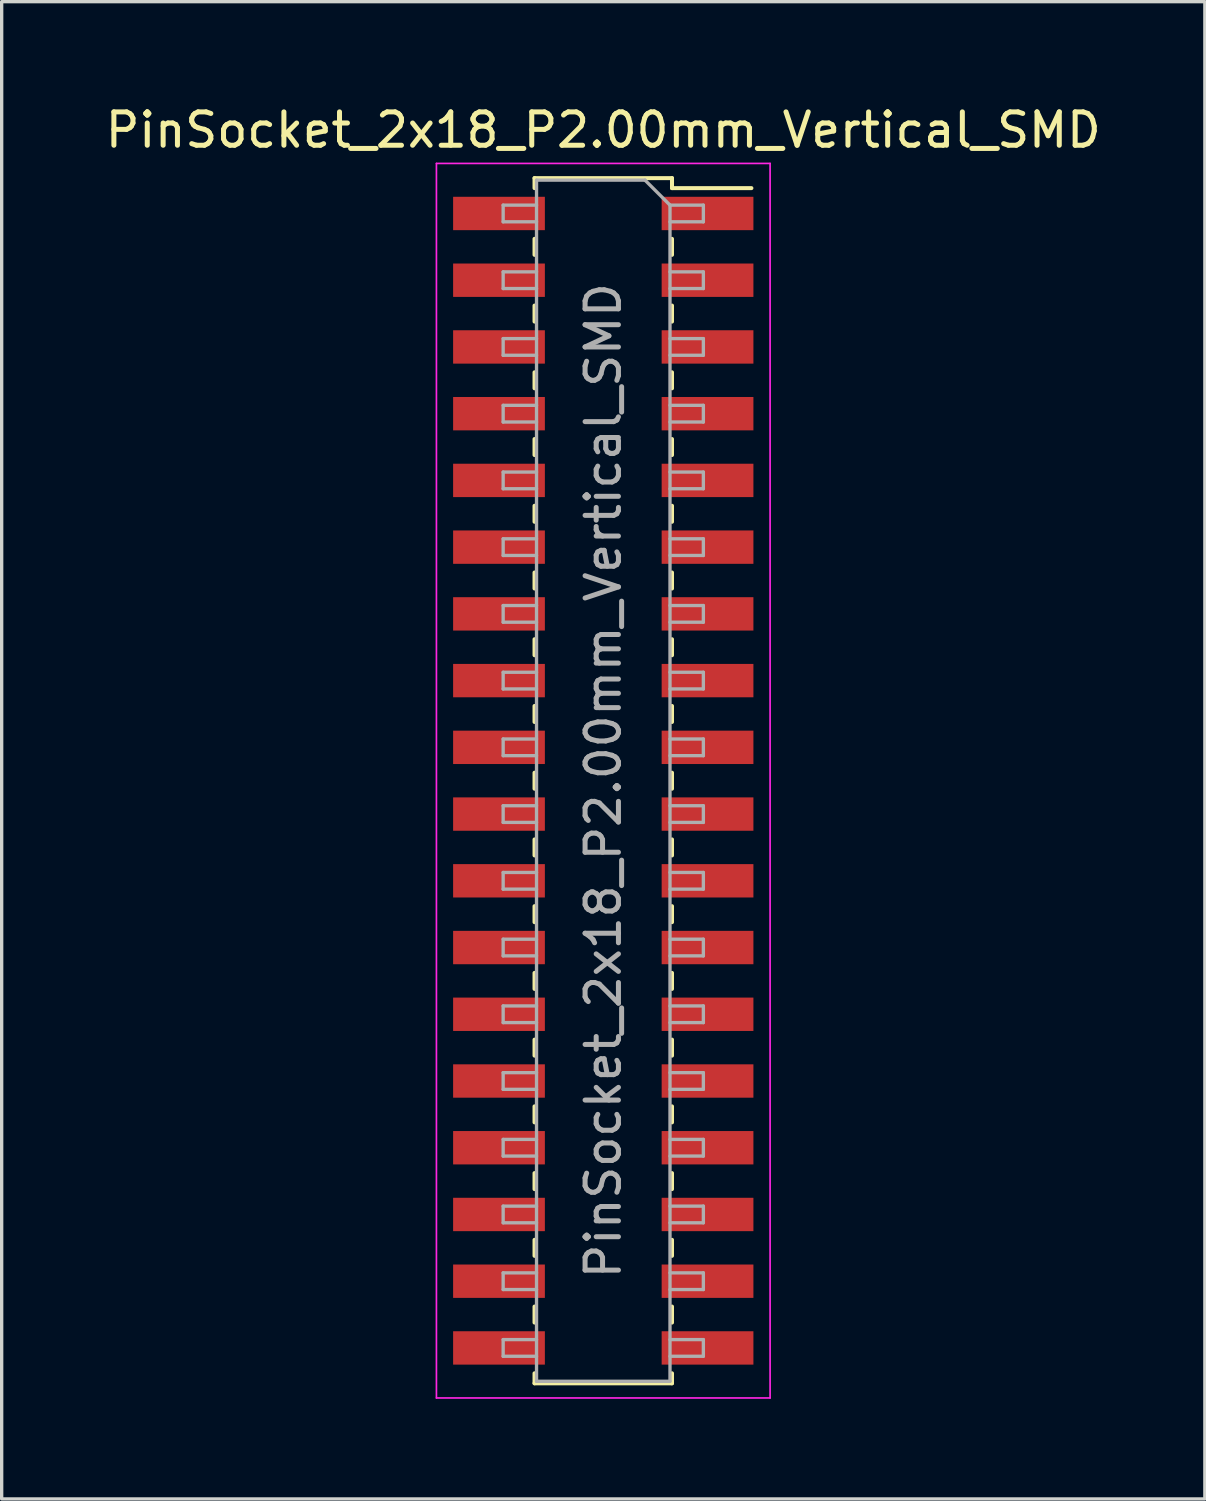
<source format=kicad_pcb>
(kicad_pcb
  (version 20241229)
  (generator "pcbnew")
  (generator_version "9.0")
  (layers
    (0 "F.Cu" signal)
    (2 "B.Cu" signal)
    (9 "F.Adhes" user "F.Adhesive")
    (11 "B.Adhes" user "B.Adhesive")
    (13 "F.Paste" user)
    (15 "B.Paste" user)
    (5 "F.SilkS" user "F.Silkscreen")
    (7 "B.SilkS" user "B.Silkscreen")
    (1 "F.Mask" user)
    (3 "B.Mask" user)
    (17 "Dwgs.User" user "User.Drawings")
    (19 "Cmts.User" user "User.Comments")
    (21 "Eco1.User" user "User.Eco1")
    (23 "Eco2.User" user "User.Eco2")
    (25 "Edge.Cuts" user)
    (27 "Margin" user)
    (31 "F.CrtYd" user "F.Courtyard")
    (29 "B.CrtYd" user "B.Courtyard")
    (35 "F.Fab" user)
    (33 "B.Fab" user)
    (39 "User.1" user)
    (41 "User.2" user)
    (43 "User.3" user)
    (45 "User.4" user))
  (footprint "PinSocket_2x18_P2.00mm_Vertical_SMD"
    (layer "F.Cu")
    (at 15.03 20.348)
    (property "Reference" "PinSocket_2x18_P2.00mm_Vertical_SMD" (at 0 -19.5 0) (layer "F.SilkS") (effects (font (size 1 1) (thickness 0.15))))
    (attr smd)
    (fp_line (start -2.06 -18.06) (end -2.06 -17.76) (stroke (width 0.12) (type solid)) (layer "F.SilkS"))
    (fp_line (start -2.06 -18.06) (end 2.06 -18.06) (stroke (width 0.12) (type solid)) (layer "F.SilkS"))
    (fp_line (start -2.06 -16.24) (end -2.06 -15.76) (stroke (width 0.12) (type solid)) (layer "F.SilkS"))
    (fp_line (start -2.06 -14.24) (end -2.06 -13.76) (stroke (width 0.12) (type solid)) (layer "F.SilkS"))
    (fp_line (start -2.06 -12.24) (end -2.06 -11.76) (stroke (width 0.12) (type solid)) (layer "F.SilkS"))
    (fp_line (start -2.06 -10.24) (end -2.06 -9.76) (stroke (width 0.12) (type solid)) (layer "F.SilkS"))
    (fp_line (start -2.06 -8.24) (end -2.06 -7.76) (stroke (width 0.12) (type solid)) (layer "F.SilkS"))
    (fp_line (start -2.06 -6.24) (end -2.06 -5.76) (stroke (width 0.12) (type solid)) (layer "F.SilkS"))
    (fp_line (start -2.06 -4.24) (end -2.06 -3.76) (stroke (width 0.12) (type solid)) (layer "F.SilkS"))
    (fp_line (start -2.06 -2.24) (end -2.06 -1.76) (stroke (width 0.12) (type solid)) (layer "F.SilkS"))
    (fp_line (start -2.06 -0.24) (end -2.06 0.24) (stroke (width 0.12) (type solid)) (layer "F.SilkS"))
    (fp_line (start -2.06 1.76) (end -2.06 2.24) (stroke (width 0.12) (type solid)) (layer "F.SilkS"))
    (fp_line (start -2.06 3.76) (end -2.06 4.24) (stroke (width 0.12) (type solid)) (layer "F.SilkS"))
    (fp_line (start -2.06 5.76) (end -2.06 6.24) (stroke (width 0.12) (type solid)) (layer "F.SilkS"))
    (fp_line (start -2.06 7.76) (end -2.06 8.24) (stroke (width 0.12) (type solid)) (layer "F.SilkS"))
    (fp_line (start -2.06 9.76) (end -2.06 10.24) (stroke (width 0.12) (type solid)) (layer "F.SilkS"))
    (fp_line (start -2.06 11.76) (end -2.06 12.24) (stroke (width 0.12) (type solid)) (layer "F.SilkS"))
    (fp_line (start -2.06 13.76) (end -2.06 14.24) (stroke (width 0.12) (type solid)) (layer "F.SilkS"))
    (fp_line (start -2.06 15.76) (end -2.06 16.24) (stroke (width 0.12) (type solid)) (layer "F.SilkS"))
    (fp_line (start -2.06 17.76) (end -2.06 18.06) (stroke (width 0.12) (type solid)) (layer "F.SilkS"))
    (fp_line (start -2.06 18.06) (end 2.06 18.06) (stroke (width 0.12) (type solid)) (layer "F.SilkS"))
    (fp_line (start 2.06 -18.06) (end 2.06 -17.76) (stroke (width 0.12) (type solid)) (layer "F.SilkS"))
    (fp_line (start 2.06 -17.76) (end 4.44 -17.76) (stroke (width 0.12) (type solid)) (layer "F.SilkS"))
    (fp_line (start 2.06 -16.24) (end 2.06 -15.76) (stroke (width 0.12) (type solid)) (layer "F.SilkS"))
    (fp_line (start 2.06 -14.24) (end 2.06 -13.76) (stroke (width 0.12) (type solid)) (layer "F.SilkS"))
    (fp_line (start 2.06 -12.24) (end 2.06 -11.76) (stroke (width 0.12) (type solid)) (layer "F.SilkS"))
    (fp_line (start 2.06 -10.24) (end 2.06 -9.76) (stroke (width 0.12) (type solid)) (layer "F.SilkS"))
    (fp_line (start 2.06 -8.24) (end 2.06 -7.76) (stroke (width 0.12) (type solid)) (layer "F.SilkS"))
    (fp_line (start 2.06 -6.24) (end 2.06 -5.76) (stroke (width 0.12) (type solid)) (layer "F.SilkS"))
    (fp_line (start 2.06 -4.24) (end 2.06 -3.76) (stroke (width 0.12) (type solid)) (layer "F.SilkS"))
    (fp_line (start 2.06 -2.24) (end 2.06 -1.76) (stroke (width 0.12) (type solid)) (layer "F.SilkS"))
    (fp_line (start 2.06 -0.24) (end 2.06 0.24) (stroke (width 0.12) (type solid)) (layer "F.SilkS"))
    (fp_line (start 2.06 1.76) (end 2.06 2.24) (stroke (width 0.12) (type solid)) (layer "F.SilkS"))
    (fp_line (start 2.06 3.76) (end 2.06 4.24) (stroke (width 0.12) (type solid)) (layer "F.SilkS"))
    (fp_line (start 2.06 5.76) (end 2.06 6.24) (stroke (width 0.12) (type solid)) (layer "F.SilkS"))
    (fp_line (start 2.06 7.76) (end 2.06 8.24) (stroke (width 0.12) (type solid)) (layer "F.SilkS"))
    (fp_line (start 2.06 9.76) (end 2.06 10.24) (stroke (width 0.12) (type solid)) (layer "F.SilkS"))
    (fp_line (start 2.06 11.76) (end 2.06 12.24) (stroke (width 0.12) (type solid)) (layer "F.SilkS"))
    (fp_line (start 2.06 13.76) (end 2.06 14.24) (stroke (width 0.12) (type solid)) (layer "F.SilkS"))
    (fp_line (start 2.06 15.76) (end 2.06 16.24) (stroke (width 0.12) (type solid)) (layer "F.SilkS"))
    (fp_line (start 2.06 17.76) (end 2.06 18.06) (stroke (width 0.12) (type solid)) (layer "F.SilkS"))
    (fp_line (start -5 -18.5) (end 5 -18.5) (stroke (width 0.05) (type solid)) (layer "F.CrtYd"))
    (fp_line (start -5 18.5) (end -5 -18.5) (stroke (width 0.05) (type solid)) (layer "F.CrtYd"))
    (fp_line (start 5 -18.5) (end 5 18.5) (stroke (width 0.05) (type solid)) (layer "F.CrtYd"))
    (fp_line (start 5 18.5) (end -5 18.5) (stroke (width 0.05) (type solid)) (layer "F.CrtYd"))
    (fp_line (start -3 -17.25) (end -2 -17.25) (stroke (width 0.1) (type solid)) (layer "F.Fab"))
    (fp_line (start -3 -16.75) (end -3 -17.25) (stroke (width 0.1) (type solid)) (layer "F.Fab"))
    (fp_line (start -3 -15.25) (end -2 -15.25) (stroke (width 0.1) (type solid)) (layer "F.Fab"))
    (fp_line (start -3 -14.75) (end -3 -15.25) (stroke (width 0.1) (type solid)) (layer "F.Fab"))
    (fp_line (start -3 -13.25) (end -2 -13.25) (stroke (width 0.1) (type solid)) (layer "F.Fab"))
    (fp_line (start -3 -12.75) (end -3 -13.25) (stroke (width 0.1) (type solid)) (layer "F.Fab"))
    (fp_line (start -3 -11.25) (end -2 -11.25) (stroke (width 0.1) (type solid)) (layer "F.Fab"))
    (fp_line (start -3 -10.75) (end -3 -11.25) (stroke (width 0.1) (type solid)) (layer "F.Fab"))
    (fp_line (start -3 -9.25) (end -2 -9.25) (stroke (width 0.1) (type solid)) (layer "F.Fab"))
    (fp_line (start -3 -8.75) (end -3 -9.25) (stroke (width 0.1) (type solid)) (layer "F.Fab"))
    (fp_line (start -3 -7.25) (end -2 -7.25) (stroke (width 0.1) (type solid)) (layer "F.Fab"))
    (fp_line (start -3 -6.75) (end -3 -7.25) (stroke (width 0.1) (type solid)) (layer "F.Fab"))
    (fp_line (start -3 -5.25) (end -2 -5.25) (stroke (width 0.1) (type solid)) (layer "F.Fab"))
    (fp_line (start -3 -4.75) (end -3 -5.25) (stroke (width 0.1) (type solid)) (layer "F.Fab"))
    (fp_line (start -3 -3.25) (end -2 -3.25) (stroke (width 0.1) (type solid)) (layer "F.Fab"))
    (fp_line (start -3 -2.75) (end -3 -3.25) (stroke (width 0.1) (type solid)) (layer "F.Fab"))
    (fp_line (start -3 -1.25) (end -2 -1.25) (stroke (width 0.1) (type solid)) (layer "F.Fab"))
    (fp_line (start -3 -0.75) (end -3 -1.25) (stroke (width 0.1) (type solid)) (layer "F.Fab"))
    (fp_line (start -3 0.75) (end -2 0.75) (stroke (width 0.1) (type solid)) (layer "F.Fab"))
    (fp_line (start -3 1.25) (end -3 0.75) (stroke (width 0.1) (type solid)) (layer "F.Fab"))
    (fp_line (start -3 2.75) (end -2 2.75) (stroke (width 0.1) (type solid)) (layer "F.Fab"))
    (fp_line (start -3 3.25) (end -3 2.75) (stroke (width 0.1) (type solid)) (layer "F.Fab"))
    (fp_line (start -3 4.75) (end -2 4.75) (stroke (width 0.1) (type solid)) (layer "F.Fab"))
    (fp_line (start -3 5.25) (end -3 4.75) (stroke (width 0.1) (type solid)) (layer "F.Fab"))
    (fp_line (start -3 6.75) (end -2 6.75) (stroke (width 0.1) (type solid)) (layer "F.Fab"))
    (fp_line (start -3 7.25) (end -3 6.75) (stroke (width 0.1) (type solid)) (layer "F.Fab"))
    (fp_line (start -3 8.75) (end -2 8.75) (stroke (width 0.1) (type solid)) (layer "F.Fab"))
    (fp_line (start -3 9.25) (end -3 8.75) (stroke (width 0.1) (type solid)) (layer "F.Fab"))
    (fp_line (start -3 10.75) (end -2 10.75) (stroke (width 0.1) (type solid)) (layer "F.Fab"))
    (fp_line (start -3 11.25) (end -3 10.75) (stroke (width 0.1) (type solid)) (layer "F.Fab"))
    (fp_line (start -3 12.75) (end -2 12.75) (stroke (width 0.1) (type solid)) (layer "F.Fab"))
    (fp_line (start -3 13.25) (end -3 12.75) (stroke (width 0.1) (type solid)) (layer "F.Fab"))
    (fp_line (start -3 14.75) (end -2 14.75) (stroke (width 0.1) (type solid)) (layer "F.Fab"))
    (fp_line (start -3 15.25) (end -3 14.75) (stroke (width 0.1) (type solid)) (layer "F.Fab"))
    (fp_line (start -3 16.75) (end -2 16.75) (stroke (width 0.1) (type solid)) (layer "F.Fab"))
    (fp_line (start -3 17.25) (end -3 16.75) (stroke (width 0.1) (type solid)) (layer "F.Fab"))
    (fp_line (start -2 -18) (end 1.25 -18) (stroke (width 0.1) (type solid)) (layer "F.Fab"))
    (fp_line (start -2 -16.75) (end -3 -16.75) (stroke (width 0.1) (type solid)) (layer "F.Fab"))
    (fp_line (start -2 -14.75) (end -3 -14.75) (stroke (width 0.1) (type solid)) (layer "F.Fab"))
    (fp_line (start -2 -12.75) (end -3 -12.75) (stroke (width 0.1) (type solid)) (layer "F.Fab"))
    (fp_line (start -2 -10.75) (end -3 -10.75) (stroke (width 0.1) (type solid)) (layer "F.Fab"))
    (fp_line (start -2 -8.75) (end -3 -8.75) (stroke (width 0.1) (type solid)) (layer "F.Fab"))
    (fp_line (start -2 -6.75) (end -3 -6.75) (stroke (width 0.1) (type solid)) (layer "F.Fab"))
    (fp_line (start -2 -4.75) (end -3 -4.75) (stroke (width 0.1) (type solid)) (layer "F.Fab"))
    (fp_line (start -2 -2.75) (end -3 -2.75) (stroke (width 0.1) (type solid)) (layer "F.Fab"))
    (fp_line (start -2 -0.75) (end -3 -0.75) (stroke (width 0.1) (type solid)) (layer "F.Fab"))
    (fp_line (start -2 1.25) (end -3 1.25) (stroke (width 0.1) (type solid)) (layer "F.Fab"))
    (fp_line (start -2 3.25) (end -3 3.25) (stroke (width 0.1) (type solid)) (layer "F.Fab"))
    (fp_line (start -2 5.25) (end -3 5.25) (stroke (width 0.1) (type solid)) (layer "F.Fab"))
    (fp_line (start -2 7.25) (end -3 7.25) (stroke (width 0.1) (type solid)) (layer "F.Fab"))
    (fp_line (start -2 9.25) (end -3 9.25) (stroke (width 0.1) (type solid)) (layer "F.Fab"))
    (fp_line (start -2 11.25) (end -3 11.25) (stroke (width 0.1) (type solid)) (layer "F.Fab"))
    (fp_line (start -2 13.25) (end -3 13.25) (stroke (width 0.1) (type solid)) (layer "F.Fab"))
    (fp_line (start -2 15.25) (end -3 15.25) (stroke (width 0.1) (type solid)) (layer "F.Fab"))
    (fp_line (start -2 17.25) (end -3 17.25) (stroke (width 0.1) (type solid)) (layer "F.Fab"))
    (fp_line (start -2 18) (end -2 -18) (stroke (width 0.1) (type solid)) (layer "F.Fab"))
    (fp_line (start 1.25 -18) (end 2 -17.25) (stroke (width 0.1) (type solid)) (layer "F.Fab"))
    (fp_line (start 2 -17.25) (end 2 18) (stroke (width 0.1) (type solid)) (layer "F.Fab"))
    (fp_line (start 2 -17.25) (end 3 -17.25) (stroke (width 0.1) (type solid)) (layer "F.Fab"))
    (fp_line (start 2 -15.25) (end 3 -15.25) (stroke (width 0.1) (type solid)) (layer "F.Fab"))
    (fp_line (start 2 -13.25) (end 3 -13.25) (stroke (width 0.1) (type solid)) (layer "F.Fab"))
    (fp_line (start 2 -11.25) (end 3 -11.25) (stroke (width 0.1) (type solid)) (layer "F.Fab"))
    (fp_line (start 2 -9.25) (end 3 -9.25) (stroke (width 0.1) (type solid)) (layer "F.Fab"))
    (fp_line (start 2 -7.25) (end 3 -7.25) (stroke (width 0.1) (type solid)) (layer "F.Fab"))
    (fp_line (start 2 -5.25) (end 3 -5.25) (stroke (width 0.1) (type solid)) (layer "F.Fab"))
    (fp_line (start 2 -3.25) (end 3 -3.25) (stroke (width 0.1) (type solid)) (layer "F.Fab"))
    (fp_line (start 2 -1.25) (end 3 -1.25) (stroke (width 0.1) (type solid)) (layer "F.Fab"))
    (fp_line (start 2 0.75) (end 3 0.75) (stroke (width 0.1) (type solid)) (layer "F.Fab"))
    (fp_line (start 2 2.75) (end 3 2.75) (stroke (width 0.1) (type solid)) (layer "F.Fab"))
    (fp_line (start 2 4.75) (end 3 4.75) (stroke (width 0.1) (type solid)) (layer "F.Fab"))
    (fp_line (start 2 6.75) (end 3 6.75) (stroke (width 0.1) (type solid)) (layer "F.Fab"))
    (fp_line (start 2 8.75) (end 3 8.75) (stroke (width 0.1) (type solid)) (layer "F.Fab"))
    (fp_line (start 2 10.75) (end 3 10.75) (stroke (width 0.1) (type solid)) (layer "F.Fab"))
    (fp_line (start 2 12.75) (end 3 12.75) (stroke (width 0.1) (type solid)) (layer "F.Fab"))
    (fp_line (start 2 14.75) (end 3 14.75) (stroke (width 0.1) (type solid)) (layer "F.Fab"))
    (fp_line (start 2 16.75) (end 3 16.75) (stroke (width 0.1) (type solid)) (layer "F.Fab"))
    (fp_line (start 2 18) (end -2 18) (stroke (width 0.1) (type solid)) (layer "F.Fab"))
    (fp_line (start 3 -17.25) (end 3 -16.75) (stroke (width 0.1) (type solid)) (layer "F.Fab"))
    (fp_line (start 3 -16.75) (end 2 -16.75) (stroke (width 0.1) (type solid)) (layer "F.Fab"))
    (fp_line (start 3 -15.25) (end 3 -14.75) (stroke (width 0.1) (type solid)) (layer "F.Fab"))
    (fp_line (start 3 -14.75) (end 2 -14.75) (stroke (width 0.1) (type solid)) (layer "F.Fab"))
    (fp_line (start 3 -13.25) (end 3 -12.75) (stroke (width 0.1) (type solid)) (layer "F.Fab"))
    (fp_line (start 3 -12.75) (end 2 -12.75) (stroke (width 0.1) (type solid)) (layer "F.Fab"))
    (fp_line (start 3 -11.25) (end 3 -10.75) (stroke (width 0.1) (type solid)) (layer "F.Fab"))
    (fp_line (start 3 -10.75) (end 2 -10.75) (stroke (width 0.1) (type solid)) (layer "F.Fab"))
    (fp_line (start 3 -9.25) (end 3 -8.75) (stroke (width 0.1) (type solid)) (layer "F.Fab"))
    (fp_line (start 3 -8.75) (end 2 -8.75) (stroke (width 0.1) (type solid)) (layer "F.Fab"))
    (fp_line (start 3 -7.25) (end 3 -6.75) (stroke (width 0.1) (type solid)) (layer "F.Fab"))
    (fp_line (start 3 -6.75) (end 2 -6.75) (stroke (width 0.1) (type solid)) (layer "F.Fab"))
    (fp_line (start 3 -5.25) (end 3 -4.75) (stroke (width 0.1) (type solid)) (layer "F.Fab"))
    (fp_line (start 3 -4.75) (end 2 -4.75) (stroke (width 0.1) (type solid)) (layer "F.Fab"))
    (fp_line (start 3 -3.25) (end 3 -2.75) (stroke (width 0.1) (type solid)) (layer "F.Fab"))
    (fp_line (start 3 -2.75) (end 2 -2.75) (stroke (width 0.1) (type solid)) (layer "F.Fab"))
    (fp_line (start 3 -1.25) (end 3 -0.75) (stroke (width 0.1) (type solid)) (layer "F.Fab"))
    (fp_line (start 3 -0.75) (end 2 -0.75) (stroke (width 0.1) (type solid)) (layer "F.Fab"))
    (fp_line (start 3 0.75) (end 3 1.25) (stroke (width 0.1) (type solid)) (layer "F.Fab"))
    (fp_line (start 3 1.25) (end 2 1.25) (stroke (width 0.1) (type solid)) (layer "F.Fab"))
    (fp_line (start 3 2.75) (end 3 3.25) (stroke (width 0.1) (type solid)) (layer "F.Fab"))
    (fp_line (start 3 3.25) (end 2 3.25) (stroke (width 0.1) (type solid)) (layer "F.Fab"))
    (fp_line (start 3 4.75) (end 3 5.25) (stroke (width 0.1) (type solid)) (layer "F.Fab"))
    (fp_line (start 3 5.25) (end 2 5.25) (stroke (width 0.1) (type solid)) (layer "F.Fab"))
    (fp_line (start 3 6.75) (end 3 7.25) (stroke (width 0.1) (type solid)) (layer "F.Fab"))
    (fp_line (start 3 7.25) (end 2 7.25) (stroke (width 0.1) (type solid)) (layer "F.Fab"))
    (fp_line (start 3 8.75) (end 3 9.25) (stroke (width 0.1) (type solid)) (layer "F.Fab"))
    (fp_line (start 3 9.25) (end 2 9.25) (stroke (width 0.1) (type solid)) (layer "F.Fab"))
    (fp_line (start 3 10.75) (end 3 11.25) (stroke (width 0.1) (type solid)) (layer "F.Fab"))
    (fp_line (start 3 11.25) (end 2 11.25) (stroke (width 0.1) (type solid)) (layer "F.Fab"))
    (fp_line (start 3 12.75) (end 3 13.25) (stroke (width 0.1) (type solid)) (layer "F.Fab"))
    (fp_line (start 3 13.25) (end 2 13.25) (stroke (width 0.1) (type solid)) (layer "F.Fab"))
    (fp_line (start 3 14.75) (end 3 15.25) (stroke (width 0.1) (type solid)) (layer "F.Fab"))
    (fp_line (start 3 15.25) (end 2 15.25) (stroke (width 0.1) (type solid)) (layer "F.Fab"))
    (fp_line (start 3 16.75) (end 3 17.25) (stroke (width 0.1) (type solid)) (layer "F.Fab"))
    (fp_line (start 3 17.25) (end 2 17.25) (stroke (width 0.1) (type solid)) (layer "F.Fab"))
    (fp_text user "${REFERENCE}" (at 0 0 90) (layer "F.Fab") (effects (font (size 1 1) (thickness 0.15))))
    (pad "1" smd rect (at 3.125 -17) (size 2.75 1) (layers "F.Cu" "F.Mask" "F.Paste"))
    (pad "2" smd rect (at -3.125 -17) (size 2.75 1) (layers "F.Cu" "F.Mask" "F.Paste"))
    (pad "3" smd rect (at 3.125 -15) (size 2.75 1) (layers "F.Cu" "F.Mask" "F.Paste"))
    (pad "4" smd rect (at -3.125 -15) (size 2.75 1) (layers "F.Cu" "F.Mask" "F.Paste"))
    (pad "5" smd rect (at 3.125 -13) (size 2.75 1) (layers "F.Cu" "F.Mask" "F.Paste"))
    (pad "6" smd rect (at -3.125 -13) (size 2.75 1) (layers "F.Cu" "F.Mask" "F.Paste"))
    (pad "7" smd rect (at 3.125 -11) (size 2.75 1) (layers "F.Cu" "F.Mask" "F.Paste"))
    (pad "8" smd rect (at -3.125 -11) (size 2.75 1) (layers "F.Cu" "F.Mask" "F.Paste"))
    (pad "9" smd rect (at 3.125 -9) (size 2.75 1) (layers "F.Cu" "F.Mask" "F.Paste"))
    (pad "10" smd rect (at -3.125 -9) (size 2.75 1) (layers "F.Cu" "F.Mask" "F.Paste"))
    (pad "11" smd rect (at 3.125 -7) (size 2.75 1) (layers "F.Cu" "F.Mask" "F.Paste"))
    (pad "12" smd rect (at -3.125 -7) (size 2.75 1) (layers "F.Cu" "F.Mask" "F.Paste"))
    (pad "13" smd rect (at 3.125 -5) (size 2.75 1) (layers "F.Cu" "F.Mask" "F.Paste"))
    (pad "14" smd rect (at -3.125 -5) (size 2.75 1) (layers "F.Cu" "F.Mask" "F.Paste"))
    (pad "15" smd rect (at 3.125 -3) (size 2.75 1) (layers "F.Cu" "F.Mask" "F.Paste"))
    (pad "16" smd rect (at -3.125 -3) (size 2.75 1) (layers "F.Cu" "F.Mask" "F.Paste"))
    (pad "17" smd rect (at 3.125 -1) (size 2.75 1) (layers "F.Cu" "F.Mask" "F.Paste"))
    (pad "18" smd rect (at -3.125 -1) (size 2.75 1) (layers "F.Cu" "F.Mask" "F.Paste"))
    (pad "19" smd rect (at 3.125 1) (size 2.75 1) (layers "F.Cu" "F.Mask" "F.Paste"))
    (pad "20" smd rect (at -3.125 1) (size 2.75 1) (layers "F.Cu" "F.Mask" "F.Paste"))
    (pad "21" smd rect (at 3.125 3) (size 2.75 1) (layers "F.Cu" "F.Mask" "F.Paste"))
    (pad "22" smd rect (at -3.125 3) (size 2.75 1) (layers "F.Cu" "F.Mask" "F.Paste"))
    (pad "23" smd rect (at 3.125 5) (size 2.75 1) (layers "F.Cu" "F.Mask" "F.Paste"))
    (pad "24" smd rect (at -3.125 5) (size 2.75 1) (layers "F.Cu" "F.Mask" "F.Paste"))
    (pad "25" smd rect (at 3.125 7) (size 2.75 1) (layers "F.Cu" "F.Mask" "F.Paste"))
    (pad "26" smd rect (at -3.125 7) (size 2.75 1) (layers "F.Cu" "F.Mask" "F.Paste"))
    (pad "27" smd rect (at 3.125 9) (size 2.75 1) (layers "F.Cu" "F.Mask" "F.Paste"))
    (pad "28" smd rect (at -3.125 9) (size 2.75 1) (layers "F.Cu" "F.Mask" "F.Paste"))
    (pad "29" smd rect (at 3.125 11) (size 2.75 1) (layers "F.Cu" "F.Mask" "F.Paste"))
    (pad "30" smd rect (at -3.125 11) (size 2.75 1) (layers "F.Cu" "F.Mask" "F.Paste"))
    (pad "31" smd rect (at 3.125 13) (size 2.75 1) (layers "F.Cu" "F.Mask" "F.Paste"))
    (pad "32" smd rect (at -3.125 13) (size 2.75 1) (layers "F.Cu" "F.Mask" "F.Paste"))
    (pad "33" smd rect (at 3.125 15) (size 2.75 1) (layers "F.Cu" "F.Mask" "F.Paste"))
    (pad "34" smd rect (at -3.125 15) (size 2.75 1) (layers "F.Cu" "F.Mask" "F.Paste"))
    (pad "35" smd rect (at 3.125 17) (size 2.75 1) (layers "F.Cu" "F.Mask" "F.Paste"))
    (pad "36" smd rect (at -3.125 17) (size 2.75 1) (layers "F.Cu" "F.Mask" "F.Paste")))
  (gr_rect
    (start -3 -3)
    (end 33.06 41.873)
    (stroke (width 0.1) (type default))
    (fill no)
    (layer "Edge.Cuts")))
</source>
